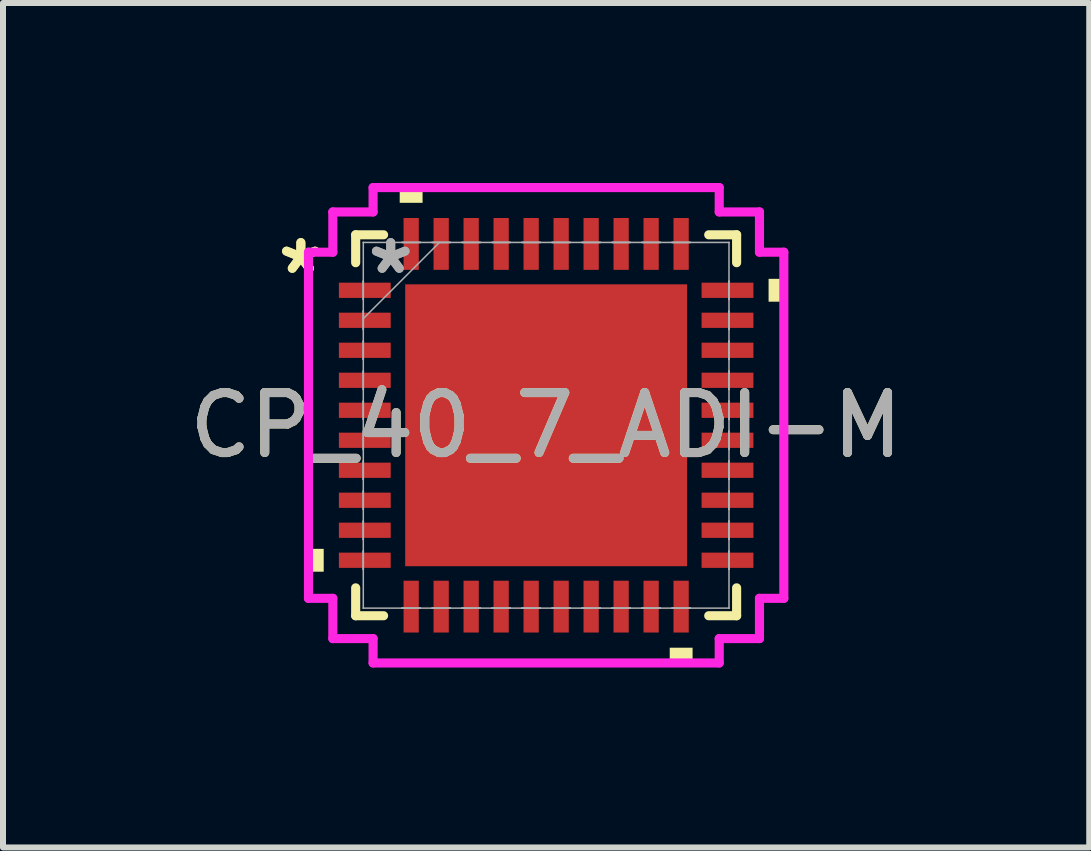
<source format=kicad_pcb>
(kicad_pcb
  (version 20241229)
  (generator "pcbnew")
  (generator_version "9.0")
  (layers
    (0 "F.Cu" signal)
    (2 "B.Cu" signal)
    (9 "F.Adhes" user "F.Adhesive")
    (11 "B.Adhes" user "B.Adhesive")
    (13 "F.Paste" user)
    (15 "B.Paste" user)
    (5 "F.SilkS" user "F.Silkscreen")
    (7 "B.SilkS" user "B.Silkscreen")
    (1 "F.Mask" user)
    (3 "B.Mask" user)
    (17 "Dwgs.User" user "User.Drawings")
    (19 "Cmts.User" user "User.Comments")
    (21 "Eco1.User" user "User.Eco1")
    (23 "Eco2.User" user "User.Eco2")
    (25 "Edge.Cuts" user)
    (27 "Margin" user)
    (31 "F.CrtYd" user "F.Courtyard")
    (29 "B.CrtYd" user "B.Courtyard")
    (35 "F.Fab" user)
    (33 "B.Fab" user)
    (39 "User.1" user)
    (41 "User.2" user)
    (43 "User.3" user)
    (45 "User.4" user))
  (footprint "CP_40_7_ADI-M"
    (layer "F.Cu")
    (at 6.054 4.039)
    (property "Reference" "CP_40_7_ADI-M" (at 0 0 0) (unlocked yes) (layer "F.SilkS") (effects (font (size 1 1) (thickness 0.15))))
    (attr smd)
    (fp_line (start -3.175 -3.175) (end -3.175 -2.71) (stroke (width 0.152) (type solid)) (layer "F.SilkS"))
    (fp_line (start -3.175 2.71) (end -3.175 3.175) (stroke (width 0.152) (type solid)) (layer "F.SilkS"))
    (fp_line (start -3.175 3.175) (end -2.71 3.175) (stroke (width 0.152) (type solid)) (layer "F.SilkS"))
    (fp_line (start -2.71 -3.175) (end -3.175 -3.175) (stroke (width 0.152) (type solid)) (layer "F.SilkS"))
    (fp_line (start 2.71 3.175) (end 3.175 3.175) (stroke (width 0.152) (type solid)) (layer "F.SilkS"))
    (fp_line (start 3.175 -3.175) (end 2.71 -3.175) (stroke (width 0.152) (type solid)) (layer "F.SilkS"))
    (fp_line (start 3.175 -2.71) (end 3.175 -3.175) (stroke (width 0.152) (type solid)) (layer "F.SilkS"))
    (fp_line (start 3.175 3.175) (end 3.175 2.71) (stroke (width 0.152) (type solid)) (layer "F.SilkS"))
    (fp_poly (pts (xy -3.962 2.06) (xy -3.962 2.441) (xy -3.708 2.441) (xy -3.708 2.06)) (stroke (width 0) (type solid)) (fill yes) (layer "F.SilkS"))
    (fp_poly (pts (xy -2.441 -3.708) (xy -2.441 -3.962) (xy -2.06 -3.962) (xy -2.06 -3.708)) (stroke (width 0) (type solid)) (fill yes) (layer "F.SilkS"))
    (fp_poly (pts (xy 2.06 3.708) (xy 2.06 3.962) (xy 2.441 3.962) (xy 2.441 3.708)) (stroke (width 0) (type solid)) (fill yes) (layer "F.SilkS"))
    (fp_poly (pts (xy 3.962 -2.441) (xy 3.962 -2.06) (xy 3.708 -2.06) (xy 3.708 -2.441)) (stroke (width 0) (type solid)) (fill yes) (layer "F.SilkS"))
    (fp_poly (pts (xy -2.249 -2.249) (xy -2.249 -0.883) (xy -0.883 -0.883) (xy -0.883 -2.249)) (stroke (width 0) (type solid)) (fill yes) (layer "F.Paste"))
    (fp_poly (pts (xy -2.249 -0.683) (xy -2.249 0.683) (xy -0.883 0.683) (xy -0.883 -0.683)) (stroke (width 0) (type solid)) (fill yes) (layer "F.Paste"))
    (fp_poly (pts (xy -2.249 0.883) (xy -2.249 2.249) (xy -0.883 2.249) (xy -0.883 0.883)) (stroke (width 0) (type solid)) (fill yes) (layer "F.Paste"))
    (fp_poly (pts (xy -0.683 -2.249) (xy -0.683 -0.883) (xy 0.683 -0.883) (xy 0.683 -2.249)) (stroke (width 0) (type solid)) (fill yes) (layer "F.Paste"))
    (fp_poly (pts (xy -0.683 -0.683) (xy -0.683 0.683) (xy 0.683 0.683) (xy 0.683 -0.683)) (stroke (width 0) (type solid)) (fill yes) (layer "F.Paste"))
    (fp_poly (pts (xy -0.683 0.883) (xy -0.683 2.249) (xy 0.683 2.249) (xy 0.683 0.883)) (stroke (width 0) (type solid)) (fill yes) (layer "F.Paste"))
    (fp_poly (pts (xy 0.883 -2.249) (xy 0.883 -0.883) (xy 2.249 -0.883) (xy 2.249 -2.249)) (stroke (width 0) (type solid)) (fill yes) (layer "F.Paste"))
    (fp_poly (pts (xy 0.883 -0.683) (xy 0.883 0.683) (xy 2.249 0.683) (xy 2.249 -0.683)) (stroke (width 0) (type solid)) (fill yes) (layer "F.Paste"))
    (fp_poly (pts (xy 0.883 0.883) (xy 0.883 2.249) (xy 2.249 2.249) (xy 2.249 0.883)) (stroke (width 0) (type solid)) (fill yes) (layer "F.Paste"))
    (fp_line (start -3.962 -2.885) (end -3.556 -2.885) (stroke (width 0.152) (type solid)) (layer "F.CrtYd"))
    (fp_line (start -3.962 2.885) (end -3.962 -2.885) (stroke (width 0.152) (type solid)) (layer "F.CrtYd"))
    (fp_line (start -3.556 -3.556) (end -2.885 -3.556) (stroke (width 0.152) (type solid)) (layer "F.CrtYd"))
    (fp_line (start -3.556 -2.885) (end -3.556 -3.556) (stroke (width 0.152) (type solid)) (layer "F.CrtYd"))
    (fp_line (start -3.556 2.885) (end -3.962 2.885) (stroke (width 0.152) (type solid)) (layer "F.CrtYd"))
    (fp_line (start -3.556 3.556) (end -3.556 2.885) (stroke (width 0.152) (type solid)) (layer "F.CrtYd"))
    (fp_line (start -2.885 -3.962) (end 2.885 -3.962) (stroke (width 0.152) (type solid)) (layer "F.CrtYd"))
    (fp_line (start -2.885 -3.556) (end -2.885 -3.962) (stroke (width 0.152) (type solid)) (layer "F.CrtYd"))
    (fp_line (start -2.885 3.556) (end -3.556 3.556) (stroke (width 0.152) (type solid)) (layer "F.CrtYd"))
    (fp_line (start -2.885 3.962) (end -2.885 3.556) (stroke (width 0.152) (type solid)) (layer "F.CrtYd"))
    (fp_line (start 2.885 -3.962) (end 2.885 -3.556) (stroke (width 0.152) (type solid)) (layer "F.CrtYd"))
    (fp_line (start 2.885 -3.556) (end 3.556 -3.556) (stroke (width 0.152) (type solid)) (layer "F.CrtYd"))
    (fp_line (start 2.885 3.556) (end 2.885 3.962) (stroke (width 0.152) (type solid)) (layer "F.CrtYd"))
    (fp_line (start 2.885 3.962) (end -2.885 3.962) (stroke (width 0.152) (type solid)) (layer "F.CrtYd"))
    (fp_line (start 3.556 -3.556) (end 3.556 -2.885) (stroke (width 0.152) (type solid)) (layer "F.CrtYd"))
    (fp_line (start 3.556 -2.885) (end 3.962 -2.885) (stroke (width 0.152) (type solid)) (layer "F.CrtYd"))
    (fp_line (start 3.556 2.885) (end 3.556 3.556) (stroke (width 0.152) (type solid)) (layer "F.CrtYd"))
    (fp_line (start 3.556 3.556) (end 2.885 3.556) (stroke (width 0.152) (type solid)) (layer "F.CrtYd"))
    (fp_line (start 3.962 -2.885) (end 3.962 2.885) (stroke (width 0.152) (type solid)) (layer "F.CrtYd"))
    (fp_line (start 3.962 2.885) (end 3.556 2.885) (stroke (width 0.152) (type solid)) (layer "F.CrtYd"))
    (fp_line (start -3.048 -3.048) (end -3.048 -3.048) (stroke (width 0.025) (type solid)) (layer "F.Fab"))
    (fp_line (start -3.048 -3.048) (end -3.048 3.048) (stroke (width 0.025) (type solid)) (layer "F.Fab"))
    (fp_line (start -3.048 -2.402) (end -3.048 -2.402) (stroke (width 0.025) (type solid)) (layer "F.Fab"))
    (fp_line (start -3.048 -2.402) (end -3.048 -2.098) (stroke (width 0.025) (type solid)) (layer "F.Fab"))
    (fp_line (start -3.048 -2.098) (end -3.048 -2.402) (stroke (width 0.025) (type solid)) (layer "F.Fab"))
    (fp_line (start -3.048 -2.098) (end -3.048 -2.098) (stroke (width 0.025) (type solid)) (layer "F.Fab"))
    (fp_line (start -3.048 -1.902) (end -3.048 -1.902) (stroke (width 0.025) (type solid)) (layer "F.Fab"))
    (fp_line (start -3.048 -1.902) (end -3.048 -1.598) (stroke (width 0.025) (type solid)) (layer "F.Fab"))
    (fp_line (start -3.048 -1.778) (end -1.778 -3.048) (stroke (width 0.025) (type solid)) (layer "F.Fab"))
    (fp_line (start -3.048 -1.598) (end -3.048 -1.902) (stroke (width 0.025) (type solid)) (layer "F.Fab"))
    (fp_line (start -3.048 -1.598) (end -3.048 -1.598) (stroke (width 0.025) (type solid)) (layer "F.Fab"))
    (fp_line (start -3.048 -1.402) (end -3.048 -1.402) (stroke (width 0.025) (type solid)) (layer "F.Fab"))
    (fp_line (start -3.048 -1.402) (end -3.048 -1.098) (stroke (width 0.025) (type solid)) (layer "F.Fab"))
    (fp_line (start -3.048 -1.098) (end -3.048 -1.402) (stroke (width 0.025) (type solid)) (layer "F.Fab"))
    (fp_line (start -3.048 -1.098) (end -3.048 -1.098) (stroke (width 0.025) (type solid)) (layer "F.Fab"))
    (fp_line (start -3.048 -0.902) (end -3.048 -0.902) (stroke (width 0.025) (type solid)) (layer "F.Fab"))
    (fp_line (start -3.048 -0.902) (end -3.048 -0.598) (stroke (width 0.025) (type solid)) (layer "F.Fab"))
    (fp_line (start -3.048 -0.598) (end -3.048 -0.902) (stroke (width 0.025) (type solid)) (layer "F.Fab"))
    (fp_line (start -3.048 -0.598) (end -3.048 -0.598) (stroke (width 0.025) (type solid)) (layer "F.Fab"))
    (fp_line (start -3.048 -0.402) (end -3.048 -0.402) (stroke (width 0.025) (type solid)) (layer "F.Fab"))
    (fp_line (start -3.048 -0.402) (end -3.048 -0.098) (stroke (width 0.025) (type solid)) (layer "F.Fab"))
    (fp_line (start -3.048 -0.098) (end -3.048 -0.402) (stroke (width 0.025) (type solid)) (layer "F.Fab"))
    (fp_line (start -3.048 -0.098) (end -3.048 -0.098) (stroke (width 0.025) (type solid)) (layer "F.Fab"))
    (fp_line (start -3.048 0.098) (end -3.048 0.098) (stroke (width 0.025) (type solid)) (layer "F.Fab"))
    (fp_line (start -3.048 0.098) (end -3.048 0.402) (stroke (width 0.025) (type solid)) (layer "F.Fab"))
    (fp_line (start -3.048 0.402) (end -3.048 0.098) (stroke (width 0.025) (type solid)) (layer "F.Fab"))
    (fp_line (start -3.048 0.402) (end -3.048 0.402) (stroke (width 0.025) (type solid)) (layer "F.Fab"))
    (fp_line (start -3.048 0.598) (end -3.048 0.598) (stroke (width 0.025) (type solid)) (layer "F.Fab"))
    (fp_line (start -3.048 0.598) (end -3.048 0.902) (stroke (width 0.025) (type solid)) (layer "F.Fab"))
    (fp_line (start -3.048 0.902) (end -3.048 0.598) (stroke (width 0.025) (type solid)) (layer "F.Fab"))
    (fp_line (start -3.048 0.902) (end -3.048 0.902) (stroke (width 0.025) (type solid)) (layer "F.Fab"))
    (fp_line (start -3.048 1.098) (end -3.048 1.098) (stroke (width 0.025) (type solid)) (layer "F.Fab"))
    (fp_line (start -3.048 1.098) (end -3.048 1.402) (stroke (width 0.025) (type solid)) (layer "F.Fab"))
    (fp_line (start -3.048 1.402) (end -3.048 1.098) (stroke (width 0.025) (type solid)) (layer "F.Fab"))
    (fp_line (start -3.048 1.402) (end -3.048 1.402) (stroke (width 0.025) (type solid)) (layer "F.Fab"))
    (fp_line (start -3.048 1.598) (end -3.048 1.598) (stroke (width 0.025) (type solid)) (layer "F.Fab"))
    (fp_line (start -3.048 1.598) (end -3.048 1.902) (stroke (width 0.025) (type solid)) (layer "F.Fab"))
    (fp_line (start -3.048 1.902) (end -3.048 1.598) (stroke (width 0.025) (type solid)) (layer "F.Fab"))
    (fp_line (start -3.048 1.902) (end -3.048 1.902) (stroke (width 0.025) (type solid)) (layer "F.Fab"))
    (fp_line (start -3.048 2.098) (end -3.048 2.098) (stroke (width 0.025) (type solid)) (layer "F.Fab"))
    (fp_line (start -3.048 2.098) (end -3.048 2.402) (stroke (width 0.025) (type solid)) (layer "F.Fab"))
    (fp_line (start -3.048 2.402) (end -3.048 2.098) (stroke (width 0.025) (type solid)) (layer "F.Fab"))
    (fp_line (start -3.048 2.402) (end -3.048 2.402) (stroke (width 0.025) (type solid)) (layer "F.Fab"))
    (fp_line (start -3.048 3.048) (end -3.048 3.048) (stroke (width 0.025) (type solid)) (layer "F.Fab"))
    (fp_line (start -3.048 3.048) (end 3.048 3.048) (stroke (width 0.025) (type solid)) (layer "F.Fab"))
    (fp_line (start -2.402 -3.048) (end -2.402 -3.048) (stroke (width 0.025) (type solid)) (layer "F.Fab"))
    (fp_line (start -2.402 -3.048) (end -2.098 -3.048) (stroke (width 0.025) (type solid)) (layer "F.Fab"))
    (fp_line (start -2.402 3.048) (end -2.402 3.048) (stroke (width 0.025) (type solid)) (layer "F.Fab"))
    (fp_line (start -2.402 3.048) (end -2.098 3.048) (stroke (width 0.025) (type solid)) (layer "F.Fab"))
    (fp_line (start -2.098 -3.048) (end -2.402 -3.048) (stroke (width 0.025) (type solid)) (layer "F.Fab"))
    (fp_line (start -2.098 -3.048) (end -2.098 -3.048) (stroke (width 0.025) (type solid)) (layer "F.Fab"))
    (fp_line (start -2.098 3.048) (end -2.402 3.048) (stroke (width 0.025) (type solid)) (layer "F.Fab"))
    (fp_line (start -2.098 3.048) (end -2.098 3.048) (stroke (width 0.025) (type solid)) (layer "F.Fab"))
    (fp_line (start -1.902 -3.048) (end -1.902 -3.048) (stroke (width 0.025) (type solid)) (layer "F.Fab"))
    (fp_line (start -1.902 -3.048) (end -1.598 -3.048) (stroke (width 0.025) (type solid)) (layer "F.Fab"))
    (fp_line (start -1.902 3.048) (end -1.902 3.048) (stroke (width 0.025) (type solid)) (layer "F.Fab"))
    (fp_line (start -1.902 3.048) (end -1.598 3.048) (stroke (width 0.025) (type solid)) (layer "F.Fab"))
    (fp_line (start -1.598 -3.048) (end -1.902 -3.048) (stroke (width 0.025) (type solid)) (layer "F.Fab"))
    (fp_line (start -1.598 -3.048) (end -1.598 -3.048) (stroke (width 0.025) (type solid)) (layer "F.Fab"))
    (fp_line (start -1.598 3.048) (end -1.902 3.048) (stroke (width 0.025) (type solid)) (layer "F.Fab"))
    (fp_line (start -1.598 3.048) (end -1.598 3.048) (stroke (width 0.025) (type solid)) (layer "F.Fab"))
    (fp_line (start -1.402 -3.048) (end -1.402 -3.048) (stroke (width 0.025) (type solid)) (layer "F.Fab"))
    (fp_line (start -1.402 -3.048) (end -1.098 -3.048) (stroke (width 0.025) (type solid)) (layer "F.Fab"))
    (fp_line (start -1.402 3.048) (end -1.402 3.048) (stroke (width 0.025) (type solid)) (layer "F.Fab"))
    (fp_line (start -1.402 3.048) (end -1.098 3.048) (stroke (width 0.025) (type solid)) (layer "F.Fab"))
    (fp_line (start -1.098 -3.048) (end -1.402 -3.048) (stroke (width 0.025) (type solid)) (layer "F.Fab"))
    (fp_line (start -1.098 -3.048) (end -1.098 -3.048) (stroke (width 0.025) (type solid)) (layer "F.Fab"))
    (fp_line (start -1.098 3.048) (end -1.402 3.048) (stroke (width 0.025) (type solid)) (layer "F.Fab"))
    (fp_line (start -1.098 3.048) (end -1.098 3.048) (stroke (width 0.025) (type solid)) (layer "F.Fab"))
    (fp_line (start -0.902 -3.048) (end -0.902 -3.048) (stroke (width 0.025) (type solid)) (layer "F.Fab"))
    (fp_line (start -0.902 -3.048) (end -0.598 -3.048) (stroke (width 0.025) (type solid)) (layer "F.Fab"))
    (fp_line (start -0.902 3.048) (end -0.902 3.048) (stroke (width 0.025) (type solid)) (layer "F.Fab"))
    (fp_line (start -0.902 3.048) (end -0.598 3.048) (stroke (width 0.025) (type solid)) (layer "F.Fab"))
    (fp_line (start -0.598 -3.048) (end -0.902 -3.048) (stroke (width 0.025) (type solid)) (layer "F.Fab"))
    (fp_line (start -0.598 -3.048) (end -0.598 -3.048) (stroke (width 0.025) (type solid)) (layer "F.Fab"))
    (fp_line (start -0.598 3.048) (end -0.902 3.048) (stroke (width 0.025) (type solid)) (layer "F.Fab"))
    (fp_line (start -0.598 3.048) (end -0.598 3.048) (stroke (width 0.025) (type solid)) (layer "F.Fab"))
    (fp_line (start -0.402 -3.048) (end -0.402 -3.048) (stroke (width 0.025) (type solid)) (layer "F.Fab"))
    (fp_line (start -0.402 -3.048) (end -0.098 -3.048) (stroke (width 0.025) (type solid)) (layer "F.Fab"))
    (fp_line (start -0.402 3.048) (end -0.402 3.048) (stroke (width 0.025) (type solid)) (layer "F.Fab"))
    (fp_line (start -0.402 3.048) (end -0.098 3.048) (stroke (width 0.025) (type solid)) (layer "F.Fab"))
    (fp_line (start -0.098 -3.048) (end -0.402 -3.048) (stroke (width 0.025) (type solid)) (layer "F.Fab"))
    (fp_line (start -0.098 -3.048) (end -0.098 -3.048) (stroke (width 0.025) (type solid)) (layer "F.Fab"))
    (fp_line (start -0.098 3.048) (end -0.402 3.048) (stroke (width 0.025) (type solid)) (layer "F.Fab"))
    (fp_line (start -0.098 3.048) (end -0.098 3.048) (stroke (width 0.025) (type solid)) (layer "F.Fab"))
    (fp_line (start 0.098 -3.048) (end 0.098 -3.048) (stroke (width 0.025) (type solid)) (layer "F.Fab"))
    (fp_line (start 0.098 -3.048) (end 0.402 -3.048) (stroke (width 0.025) (type solid)) (layer "F.Fab"))
    (fp_line (start 0.098 3.048) (end 0.098 3.048) (stroke (width 0.025) (type solid)) (layer "F.Fab"))
    (fp_line (start 0.098 3.048) (end 0.402 3.048) (stroke (width 0.025) (type solid)) (layer "F.Fab"))
    (fp_line (start 0.402 -3.048) (end 0.098 -3.048) (stroke (width 0.025) (type solid)) (layer "F.Fab"))
    (fp_line (start 0.402 -3.048) (end 0.402 -3.048) (stroke (width 0.025) (type solid)) (layer "F.Fab"))
    (fp_line (start 0.402 3.048) (end 0.098 3.048) (stroke (width 0.025) (type solid)) (layer "F.Fab"))
    (fp_line (start 0.402 3.048) (end 0.402 3.048) (stroke (width 0.025) (type solid)) (layer "F.Fab"))
    (fp_line (start 0.598 -3.048) (end 0.598 -3.048) (stroke (width 0.025) (type solid)) (layer "F.Fab"))
    (fp_line (start 0.598 -3.048) (end 0.902 -3.048) (stroke (width 0.025) (type solid)) (layer "F.Fab"))
    (fp_line (start 0.598 3.048) (end 0.598 3.048) (stroke (width 0.025) (type solid)) (layer "F.Fab"))
    (fp_line (start 0.598 3.048) (end 0.902 3.048) (stroke (width 0.025) (type solid)) (layer "F.Fab"))
    (fp_line (start 0.902 -3.048) (end 0.598 -3.048) (stroke (width 0.025) (type solid)) (layer "F.Fab"))
    (fp_line (start 0.902 -3.048) (end 0.902 -3.048) (stroke (width 0.025) (type solid)) (layer "F.Fab"))
    (fp_line (start 0.902 3.048) (end 0.598 3.048) (stroke (width 0.025) (type solid)) (layer "F.Fab"))
    (fp_line (start 0.902 3.048) (end 0.902 3.048) (stroke (width 0.025) (type solid)) (layer "F.Fab"))
    (fp_line (start 1.098 -3.048) (end 1.098 -3.048) (stroke (width 0.025) (type solid)) (layer "F.Fab"))
    (fp_line (start 1.098 -3.048) (end 1.402 -3.048) (stroke (width 0.025) (type solid)) (layer "F.Fab"))
    (fp_line (start 1.098 3.048) (end 1.098 3.048) (stroke (width 0.025) (type solid)) (layer "F.Fab"))
    (fp_line (start 1.098 3.048) (end 1.402 3.048) (stroke (width 0.025) (type solid)) (layer "F.Fab"))
    (fp_line (start 1.402 -3.048) (end 1.098 -3.048) (stroke (width 0.025) (type solid)) (layer "F.Fab"))
    (fp_line (start 1.402 -3.048) (end 1.402 -3.048) (stroke (width 0.025) (type solid)) (layer "F.Fab"))
    (fp_line (start 1.402 3.048) (end 1.098 3.048) (stroke (width 0.025) (type solid)) (layer "F.Fab"))
    (fp_line (start 1.402 3.048) (end 1.402 3.048) (stroke (width 0.025) (type solid)) (layer "F.Fab"))
    (fp_line (start 1.598 -3.048) (end 1.598 -3.048) (stroke (width 0.025) (type solid)) (layer "F.Fab"))
    (fp_line (start 1.598 -3.048) (end 1.902 -3.048) (stroke (width 0.025) (type solid)) (layer "F.Fab"))
    (fp_line (start 1.598 3.048) (end 1.598 3.048) (stroke (width 0.025) (type solid)) (layer "F.Fab"))
    (fp_line (start 1.598 3.048) (end 1.902 3.048) (stroke (width 0.025) (type solid)) (layer "F.Fab"))
    (fp_line (start 1.902 -3.048) (end 1.598 -3.048) (stroke (width 0.025) (type solid)) (layer "F.Fab"))
    (fp_line (start 1.902 -3.048) (end 1.902 -3.048) (stroke (width 0.025) (type solid)) (layer "F.Fab"))
    (fp_line (start 1.902 3.048) (end 1.598 3.048) (stroke (width 0.025) (type solid)) (layer "F.Fab"))
    (fp_line (start 1.902 3.048) (end 1.902 3.048) (stroke (width 0.025) (type solid)) (layer "F.Fab"))
    (fp_line (start 2.098 -3.048) (end 2.098 -3.048) (stroke (width 0.025) (type solid)) (layer "F.Fab"))
    (fp_line (start 2.098 -3.048) (end 2.402 -3.048) (stroke (width 0.025) (type solid)) (layer "F.Fab"))
    (fp_line (start 2.098 3.048) (end 2.098 3.048) (stroke (width 0.025) (type solid)) (layer "F.Fab"))
    (fp_line (start 2.098 3.048) (end 2.402 3.048) (stroke (width 0.025) (type solid)) (layer "F.Fab"))
    (fp_line (start 2.402 -3.048) (end 2.098 -3.048) (stroke (width 0.025) (type solid)) (layer "F.Fab"))
    (fp_line (start 2.402 -3.048) (end 2.402 -3.048) (stroke (width 0.025) (type solid)) (layer "F.Fab"))
    (fp_line (start 2.402 3.048) (end 2.098 3.048) (stroke (width 0.025) (type solid)) (layer "F.Fab"))
    (fp_line (start 2.402 3.048) (end 2.402 3.048) (stroke (width 0.025) (type solid)) (layer "F.Fab"))
    (fp_line (start 3.048 -3.048) (end -3.048 -3.048) (stroke (width 0.025) (type solid)) (layer "F.Fab"))
    (fp_line (start 3.048 -3.048) (end 3.048 -3.048) (stroke (width 0.025) (type solid)) (layer "F.Fab"))
    (fp_line (start 3.048 -2.402) (end 3.048 -2.402) (stroke (width 0.025) (type solid)) (layer "F.Fab"))
    (fp_line (start 3.048 -2.402) (end 3.048 -2.098) (stroke (width 0.025) (type solid)) (layer "F.Fab"))
    (fp_line (start 3.048 -2.098) (end 3.048 -2.402) (stroke (width 0.025) (type solid)) (layer "F.Fab"))
    (fp_line (start 3.048 -2.098) (end 3.048 -2.098) (stroke (width 0.025) (type solid)) (layer "F.Fab"))
    (fp_line (start 3.048 -1.902) (end 3.048 -1.902) (stroke (width 0.025) (type solid)) (layer "F.Fab"))
    (fp_line (start 3.048 -1.902) (end 3.048 -1.598) (stroke (width 0.025) (type solid)) (layer "F.Fab"))
    (fp_line (start 3.048 -1.598) (end 3.048 -1.902) (stroke (width 0.025) (type solid)) (layer "F.Fab"))
    (fp_line (start 3.048 -1.598) (end 3.048 -1.598) (stroke (width 0.025) (type solid)) (layer "F.Fab"))
    (fp_line (start 3.048 -1.402) (end 3.048 -1.402) (stroke (width 0.025) (type solid)) (layer "F.Fab"))
    (fp_line (start 3.048 -1.402) (end 3.048 -1.098) (stroke (width 0.025) (type solid)) (layer "F.Fab"))
    (fp_line (start 3.048 -1.098) (end 3.048 -1.402) (stroke (width 0.025) (type solid)) (layer "F.Fab"))
    (fp_line (start 3.048 -1.098) (end 3.048 -1.098) (stroke (width 0.025) (type solid)) (layer "F.Fab"))
    (fp_line (start 3.048 -0.902) (end 3.048 -0.902) (stroke (width 0.025) (type solid)) (layer "F.Fab"))
    (fp_line (start 3.048 -0.902) (end 3.048 -0.598) (stroke (width 0.025) (type solid)) (layer "F.Fab"))
    (fp_line (start 3.048 -0.598) (end 3.048 -0.902) (stroke (width 0.025) (type solid)) (layer "F.Fab"))
    (fp_line (start 3.048 -0.598) (end 3.048 -0.598) (stroke (width 0.025) (type solid)) (layer "F.Fab"))
    (fp_line (start 3.048 -0.402) (end 3.048 -0.402) (stroke (width 0.025) (type solid)) (layer "F.Fab"))
    (fp_line (start 3.048 -0.402) (end 3.048 -0.098) (stroke (width 0.025) (type solid)) (layer "F.Fab"))
    (fp_line (start 3.048 -0.098) (end 3.048 -0.402) (stroke (width 0.025) (type solid)) (layer "F.Fab"))
    (fp_line (start 3.048 -0.098) (end 3.048 -0.098) (stroke (width 0.025) (type solid)) (layer "F.Fab"))
    (fp_line (start 3.048 0.098) (end 3.048 0.098) (stroke (width 0.025) (type solid)) (layer "F.Fab"))
    (fp_line (start 3.048 0.098) (end 3.048 0.402) (stroke (width 0.025) (type solid)) (layer "F.Fab"))
    (fp_line (start 3.048 0.402) (end 3.048 0.098) (stroke (width 0.025) (type solid)) (layer "F.Fab"))
    (fp_line (start 3.048 0.402) (end 3.048 0.402) (stroke (width 0.025) (type solid)) (layer "F.Fab"))
    (fp_line (start 3.048 0.598) (end 3.048 0.598) (stroke (width 0.025) (type solid)) (layer "F.Fab"))
    (fp_line (start 3.048 0.598) (end 3.048 0.902) (stroke (width 0.025) (type solid)) (layer "F.Fab"))
    (fp_line (start 3.048 0.902) (end 3.048 0.598) (stroke (width 0.025) (type solid)) (layer "F.Fab"))
    (fp_line (start 3.048 0.902) (end 3.048 0.902) (stroke (width 0.025) (type solid)) (layer "F.Fab"))
    (fp_line (start 3.048 1.098) (end 3.048 1.098) (stroke (width 0.025) (type solid)) (layer "F.Fab"))
    (fp_line (start 3.048 1.098) (end 3.048 1.402) (stroke (width 0.025) (type solid)) (layer "F.Fab"))
    (fp_line (start 3.048 1.402) (end 3.048 1.098) (stroke (width 0.025) (type solid)) (layer "F.Fab"))
    (fp_line (start 3.048 1.402) (end 3.048 1.402) (stroke (width 0.025) (type solid)) (layer "F.Fab"))
    (fp_line (start 3.048 1.598) (end 3.048 1.598) (stroke (width 0.025) (type solid)) (layer "F.Fab"))
    (fp_line (start 3.048 1.598) (end 3.048 1.902) (stroke (width 0.025) (type solid)) (layer "F.Fab"))
    (fp_line (start 3.048 1.902) (end 3.048 1.598) (stroke (width 0.025) (type solid)) (layer "F.Fab"))
    (fp_line (start 3.048 1.902) (end 3.048 1.902) (stroke (width 0.025) (type solid)) (layer "F.Fab"))
    (fp_line (start 3.048 2.098) (end 3.048 2.098) (stroke (width 0.025) (type solid)) (layer "F.Fab"))
    (fp_line (start 3.048 2.098) (end 3.048 2.402) (stroke (width 0.025) (type solid)) (layer "F.Fab"))
    (fp_line (start 3.048 2.402) (end 3.048 2.098) (stroke (width 0.025) (type solid)) (layer "F.Fab"))
    (fp_line (start 3.048 2.402) (end 3.048 2.402) (stroke (width 0.025) (type solid)) (layer "F.Fab"))
    (fp_line (start 3.048 3.048) (end 3.048 -3.048) (stroke (width 0.025) (type solid)) (layer "F.Fab"))
    (fp_line (start 3.048 3.048) (end 3.048 3.048) (stroke (width 0.025) (type solid)) (layer "F.Fab"))
    (fp_text user "*" (at -4.089 -2.5 0) (layer "F.SilkS") (effects (font (size 1 1) (thickness 0.15))))
    (fp_text user "*" (at -4.089 -2.5 0) (unlocked yes) (layer "F.SilkS") (effects (font (size 1 1) (thickness 0.15))))
    (fp_text user "${REFERENCE}" (at 0 0 0) (unlocked yes) (layer "F.Fab") (effects (font (size 1 1) (thickness 0.15))))
    (fp_text user "*" (at -2.591 -2.5 0) (unlocked yes) (layer "F.Fab") (effects (font (size 1 1) (thickness 0.15))))
    (fp_text user "*" (at -2.591 -2.5 0) (layer "F.Fab") (effects (font (size 1 1) (thickness 0.15))))
    (pad "1" smd rect (at -3.023 -2.25 90) (size 0.254 0.864) (layers "F.Cu" "F.Mask" "F.Paste"))
    (pad "2" smd rect (at -3.023 -1.75 90) (size 0.254 0.864) (layers "F.Cu" "F.Mask" "F.Paste"))
    (pad "3" smd rect (at -3.023 -1.25 90) (size 0.254 0.864) (layers "F.Cu" "F.Mask" "F.Paste"))
    (pad "4" smd rect (at -3.023 -0.75 90) (size 0.254 0.864) (layers "F.Cu" "F.Mask" "F.Paste"))
    (pad "5" smd rect (at -3.023 -0.25 90) (size 0.254 0.864) (layers "F.Cu" "F.Mask" "F.Paste"))
    (pad "6" smd rect (at -3.023 0.25 90) (size 0.254 0.864) (layers "F.Cu" "F.Mask" "F.Paste"))
    (pad "7" smd rect (at -3.023 0.75 90) (size 0.254 0.864) (layers "F.Cu" "F.Mask" "F.Paste"))
    (pad "8" smd rect (at -3.023 1.25 90) (size 0.254 0.864) (layers "F.Cu" "F.Mask" "F.Paste"))
    (pad "9" smd rect (at -3.023 1.75 90) (size 0.254 0.864) (layers "F.Cu" "F.Mask" "F.Paste"))
    (pad "10" smd rect (at -3.023 2.25 90) (size 0.254 0.864) (layers "F.Cu" "F.Mask" "F.Paste"))
    (pad "11" smd rect (at -2.25 3.023) (size 0.254 0.864) (layers "F.Cu" "F.Mask" "F.Paste"))
    (pad "12" smd rect (at -1.75 3.023) (size 0.254 0.864) (layers "F.Cu" "F.Mask" "F.Paste"))
    (pad "13" smd rect (at -1.25 3.023) (size 0.254 0.864) (layers "F.Cu" "F.Mask" "F.Paste"))
    (pad "14" smd rect (at -0.75 3.023) (size 0.254 0.864) (layers "F.Cu" "F.Mask" "F.Paste"))
    (pad "15" smd rect (at -0.25 3.023) (size 0.254 0.864) (layers "F.Cu" "F.Mask" "F.Paste"))
    (pad "16" smd rect (at 0.25 3.023) (size 0.254 0.864) (layers "F.Cu" "F.Mask" "F.Paste"))
    (pad "17" smd rect (at 0.75 3.023) (size 0.254 0.864) (layers "F.Cu" "F.Mask" "F.Paste"))
    (pad "18" smd rect (at 1.25 3.023) (size 0.254 0.864) (layers "F.Cu" "F.Mask" "F.Paste"))
    (pad "19" smd rect (at 1.75 3.023) (size 0.254 0.864) (layers "F.Cu" "F.Mask" "F.Paste"))
    (pad "20" smd rect (at 2.25 3.023) (size 0.254 0.864) (layers "F.Cu" "F.Mask" "F.Paste"))
    (pad "21" smd rect (at 3.023 2.25 90) (size 0.254 0.864) (layers "F.Cu" "F.Mask" "F.Paste"))
    (pad "22" smd rect (at 3.023 1.75 90) (size 0.254 0.864) (layers "F.Cu" "F.Mask" "F.Paste"))
    (pad "23" smd rect (at 3.023 1.25 90) (size 0.254 0.864) (layers "F.Cu" "F.Mask" "F.Paste"))
    (pad "24" smd rect (at 3.023 0.75 90) (size 0.254 0.864) (layers "F.Cu" "F.Mask" "F.Paste"))
    (pad "25" smd rect (at 3.023 0.25 90) (size 0.254 0.864) (layers "F.Cu" "F.Mask" "F.Paste"))
    (pad "26" smd rect (at 3.023 -0.25 90) (size 0.254 0.864) (layers "F.Cu" "F.Mask" "F.Paste"))
    (pad "27" smd rect (at 3.023 -0.75 90) (size 0.254 0.864) (layers "F.Cu" "F.Mask" "F.Paste"))
    (pad "28" smd rect (at 3.023 -1.25 90) (size 0.254 0.864) (layers "F.Cu" "F.Mask" "F.Paste"))
    (pad "29" smd rect (at 3.023 -1.75 90) (size 0.254 0.864) (layers "F.Cu" "F.Mask" "F.Paste"))
    (pad "30" smd rect (at 3.023 -2.25 90) (size 0.254 0.864) (layers "F.Cu" "F.Mask" "F.Paste"))
    (pad "31" smd rect (at 2.25 -3.023) (size 0.254 0.864) (layers "F.Cu" "F.Mask" "F.Paste"))
    (pad "32" smd rect (at 1.75 -3.023) (size 0.254 0.864) (layers "F.Cu" "F.Mask" "F.Paste"))
    (pad "33" smd rect (at 1.25 -3.023) (size 0.254 0.864) (layers "F.Cu" "F.Mask" "F.Paste"))
    (pad "34" smd rect (at 0.75 -3.023) (size 0.254 0.864) (layers "F.Cu" "F.Mask" "F.Paste"))
    (pad "35" smd rect (at 0.25 -3.023) (size 0.254 0.864) (layers "F.Cu" "F.Mask" "F.Paste"))
    (pad "36" smd rect (at -0.25 -3.023) (size 0.254 0.864) (layers "F.Cu" "F.Mask" "F.Paste"))
    (pad "37" smd rect (at -0.75 -3.023) (size 0.254 0.864) (layers "F.Cu" "F.Mask" "F.Paste"))
    (pad "38" smd rect (at -1.25 -3.023) (size 0.254 0.864) (layers "F.Cu" "F.Mask" "F.Paste"))
    (pad "39" smd rect (at -1.75 -3.023) (size 0.254 0.864) (layers "F.Cu" "F.Mask" "F.Paste"))
    (pad "40" smd rect (at -2.25 -3.023) (size 0.254 0.864) (layers "F.Cu" "F.Mask" "F.Paste"))
    (pad "41" smd rect (at 0 0) (size 4.699 4.699) (layers "F.Cu" "F.Mask")))
  (gr_rect
    (start -3 -3)
    (end 15.107 11.077)
    (stroke (width 0.1) (type default))
    (fill no)
    (layer "Edge.Cuts")))
</source>
